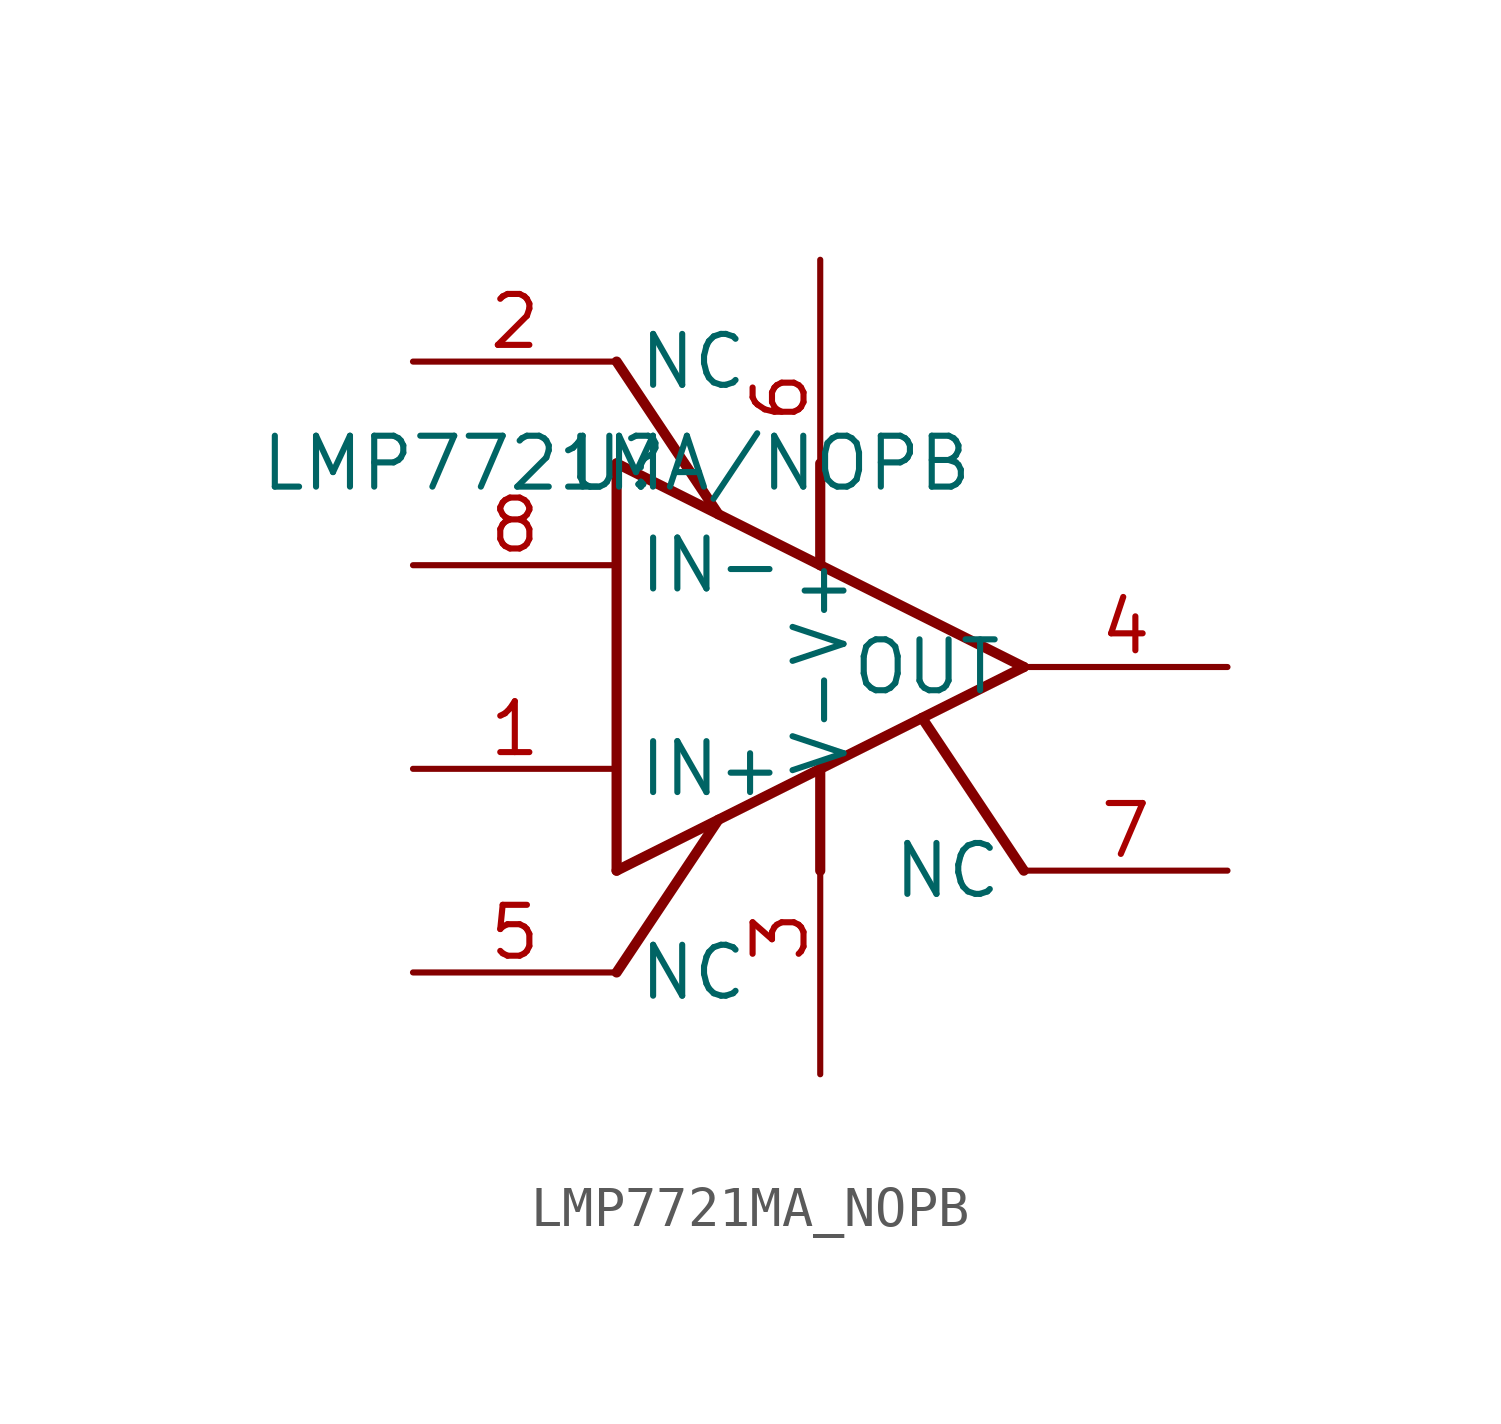
<source format=kicad_sym>
(kicad_symbol_lib
  (version 20231120)
  (generator "kicad_symbol_editor")
  (generator_version "8.0")
  (symbol "LMP7721MA_NOPB"
    (property "Reference" "U"
      (at 0 0 0)
      (effects (font (size 1.27 1.27))))
    (property "Value" "LMP7721MA/NOPB"
      (at 0 0 0)
      (effects (font (size 1.27 1.27))))
    (symbol "LMP7721MA_NOPB_0_1"
      (polyline (pts (xy 0 -10.16) (xy 10.16 -5.08)) (stroke (width 0.254) (type default)) (fill (type none)))
      (polyline (pts (xy 0 0) (xy 0 -10.16)) (stroke (width 0.254) (type default)) (fill (type none)))
      (polyline (pts (xy 0 0) (xy 10.16 -5.08)) (stroke (width 0.254) (type default)) (fill (type none)))
      (polyline (pts (xy 2.54 -8.89) (xy 0 -12.7)) (stroke (width 0.254) (type default)) (fill (type none)))
      (polyline (pts (xy 2.54 -1.27) (xy 0 2.54)) (stroke (width 0.254) (type default)) (fill (type none)))
      (polyline (pts (xy 5.08 -7.62) (xy 5.08 -10.16)) (stroke (width 0.254) (type default)) (fill (type none)))
      (polyline (pts (xy 5.08 0) (xy 5.08 -2.54)) (stroke (width 0.254) (type default)) (fill (type none)))
      (polyline (pts (xy 7.62 -6.35) (xy 10.16 -10.16)) (stroke (width 0.254) (type default)) (fill (type none)))
      (pin input line (at -5.08 -7.62 0) (length 5.08) (name "IN+" (effects (font (size 1.27 1.27)))) (number "1" (effects (font (size 1.27 1.27)))))
      (pin passive line (at -5.08 2.54 0) (length 5.08) (name "NC" (effects (font (size 1.27 1.27)))) (number "2" (effects (font (size 1.27 1.27)))))
      (pin power_in line (at 5.08 -15.24 90) (length 6.858) (name "V-" (effects (font (size 1.27 1.27)))) (number "3" (effects (font (size 1.27 1.27)))))
      (pin output line (at 15.24 -5.08 180) (length 5.08) (name "OUT" (effects (font (size 1.27 1.27)))) (number "4" (effects (font (size 1.27 1.27)))))
      (pin passive line (at -5.08 -12.7 0) (length 5.08) (name "NC" (effects (font (size 1.27 1.27)))) (number "5" (effects (font (size 1.27 1.27)))))
      (pin power_in line (at 5.08 5.08 270) (length 6.858) (name "V+" (effects (font (size 1.27 1.27)))) (number "6" (effects (font (size 1.27 1.27)))))
      (pin passive line (at 15.24 -10.16 180) (length 5.08) (name "NC" (effects (font (size 1.27 1.27)))) (number "7" (effects (font (size 1.27 1.27)))))
      (pin input line (at -5.08 -2.54 0) (length 5.08) (name "IN-" (effects (font (size 1.27 1.27)))) (number "8" (effects (font (size 1.27 1.27))))))))
</source>
